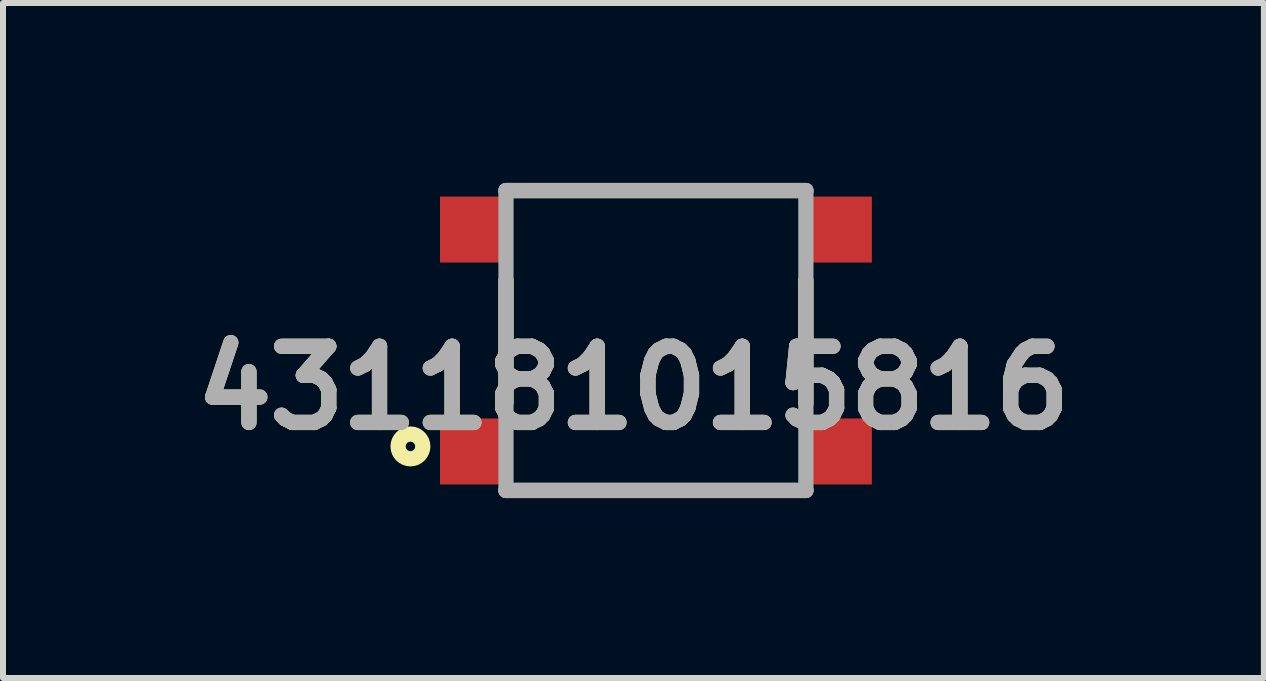
<source format=kicad_pcb>
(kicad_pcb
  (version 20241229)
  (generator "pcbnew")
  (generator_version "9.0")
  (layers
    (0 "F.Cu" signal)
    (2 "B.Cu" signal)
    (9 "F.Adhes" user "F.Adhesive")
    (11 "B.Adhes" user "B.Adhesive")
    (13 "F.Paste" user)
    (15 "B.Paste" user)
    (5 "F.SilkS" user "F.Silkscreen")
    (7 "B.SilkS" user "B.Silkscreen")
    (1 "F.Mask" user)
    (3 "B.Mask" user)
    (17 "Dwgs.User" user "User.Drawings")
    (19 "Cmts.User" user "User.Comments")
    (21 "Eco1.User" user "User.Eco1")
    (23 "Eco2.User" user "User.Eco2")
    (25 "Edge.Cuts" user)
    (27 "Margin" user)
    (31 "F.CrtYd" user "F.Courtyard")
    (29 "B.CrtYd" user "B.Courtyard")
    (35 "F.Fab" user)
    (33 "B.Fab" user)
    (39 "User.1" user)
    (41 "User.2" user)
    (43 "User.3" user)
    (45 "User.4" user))
  (footprint "431181015816"
    (layer "F.Cu")
    (at 7.886 2.627)
    (property "Reference" "431181015816" (at -0.375 0.792 0) (layer "F.SilkS") (effects (font (size 1.27 1.27) (thickness 0.254))))
    (attr smd)
    (fp_line (start -2.5 -2.5) (end 2.5 -2.5) (stroke (width 0.254) (type solid)) (layer "F.SilkS"))
    (fp_line (start -2.5 -1) (end -2.5 1.03) (stroke (width 0.254) (type solid)) (layer "F.SilkS"))
    (fp_line (start -2.5 2.5) (end 2.5 2.5) (stroke (width 0.254) (type solid)) (layer "F.SilkS"))
    (fp_line (start 2.5 -1) (end 2.5 1.05) (stroke (width 0.254) (type solid)) (layer "F.SilkS"))
    (fp_circle (center -4.093 1.766) (end -4.093 1.845) (stroke (width 0.254) (type solid)) (fill no) (layer "F.SilkS"))
    (fp_line (start -2.5 -2.5) (end 2.5 -2.5) (stroke (width 0.254) (type solid)) (layer "F.Fab"))
    (fp_line (start -2.5 2.5) (end -2.5 -2.5) (stroke (width 0.254) (type solid)) (layer "F.Fab"))
    (fp_line (start 2.5 -2.5) (end 2.5 2.5) (stroke (width 0.254) (type solid)) (layer "F.Fab"))
    (fp_line (start 2.5 2.5) (end -2.5 2.5) (stroke (width 0.254) (type solid)) (layer "F.Fab"))
    (fp_text user "${REFERENCE}" (at -0.375 0.792 0) (layer "F.Fab") (effects (font (size 1.27 1.27) (thickness 0.254))))
    (pad "1" smd rect (at -3 1.85 90) (size 1.1 1.2) (layers "F.Cu" "F.Mask" "F.Paste"))
    (pad "2" smd rect (at -3 -1.85 90) (size 1.1 1.2) (layers "F.Cu" "F.Mask" "F.Paste"))
    (pad "3" smd rect (at 3 1.85 90) (size 1.1 1.2) (layers "F.Cu" "F.Mask" "F.Paste"))
    (pad "4" smd rect (at 3 -1.85 90) (size 1.1 1.2) (layers "F.Cu" "F.Mask" "F.Paste")))
  (gr_rect
    (start -3 -3)
    (end 18.022 8.254)
    (stroke (width 0.1) (type default))
    (fill no)
    (layer "Edge.Cuts")))
</source>
